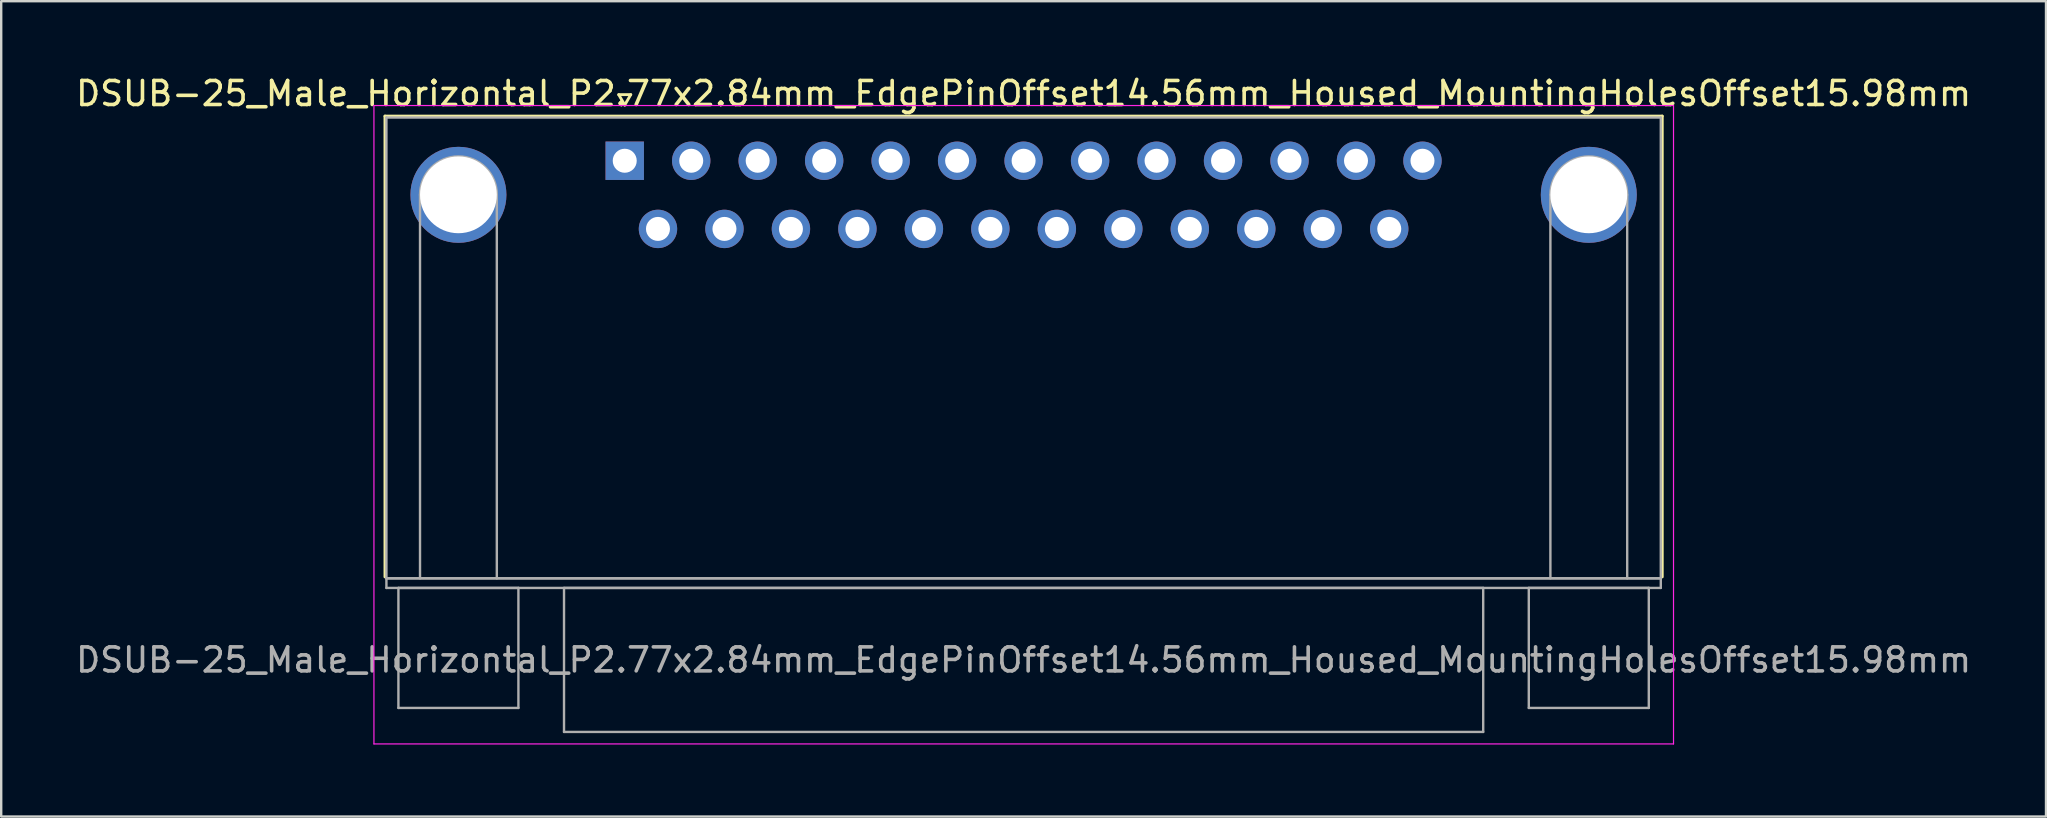
<source format=kicad_pcb>
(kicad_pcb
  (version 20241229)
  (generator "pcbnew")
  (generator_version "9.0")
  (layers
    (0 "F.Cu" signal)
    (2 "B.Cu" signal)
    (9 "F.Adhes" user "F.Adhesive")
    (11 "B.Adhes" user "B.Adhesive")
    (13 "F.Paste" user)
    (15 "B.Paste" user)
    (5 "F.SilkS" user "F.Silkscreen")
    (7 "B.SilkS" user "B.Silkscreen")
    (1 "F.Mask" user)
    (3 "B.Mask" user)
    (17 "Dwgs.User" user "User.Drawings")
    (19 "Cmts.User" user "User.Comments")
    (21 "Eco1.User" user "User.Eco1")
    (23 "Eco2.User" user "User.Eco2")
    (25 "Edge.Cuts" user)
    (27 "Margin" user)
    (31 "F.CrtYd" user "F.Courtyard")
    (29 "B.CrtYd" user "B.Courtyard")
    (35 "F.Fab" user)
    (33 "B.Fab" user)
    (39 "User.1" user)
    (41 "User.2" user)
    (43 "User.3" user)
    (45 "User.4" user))
  (footprint "DSUB-25_Male_Horizontal_P2.77x2.84mm_EdgePinOffset14.56mm_Housed_MountingHolesOffset15.98mm"
    (layer "F.Cu")
    (at 22.981 3.648)
    (property "Reference" "DSUB-25_Male_Horizontal_P2.77x2.84mm_EdgePinOffset14.56mm_Housed_MountingHolesOffset15.98mm" (at 16.62 -2.8 0) (layer "F.SilkS") (effects (font (size 1 1) (thickness 0.15))))
    (attr through_hole)
    (fp_line (start -9.99 -1.86) (end 43.23 -1.86) (stroke (width 0.12) (type solid)) (layer "F.SilkS"))
    (fp_line (start -9.99 17.34) (end -9.99 -1.86) (stroke (width 0.12) (type solid)) (layer "F.SilkS"))
    (fp_line (start -0.25 -2.754) (end 0.25 -2.754) (stroke (width 0.12) (type solid)) (layer "F.SilkS"))
    (fp_line (start 0 -2.321) (end -0.25 -2.754) (stroke (width 0.12) (type solid)) (layer "F.SilkS"))
    (fp_line (start 0.25 -2.754) (end 0 -2.321) (stroke (width 0.12) (type solid)) (layer "F.SilkS"))
    (fp_line (start 43.23 -1.86) (end 43.23 17.34) (stroke (width 0.12) (type solid)) (layer "F.SilkS"))
    (fp_line (start -10.45 -2.3) (end -10.45 24.3) (stroke (width 0.05) (type solid)) (layer "F.CrtYd"))
    (fp_line (start -10.45 24.3) (end 43.7 24.3) (stroke (width 0.05) (type solid)) (layer "F.CrtYd"))
    (fp_line (start 43.7 -2.3) (end -10.45 -2.3) (stroke (width 0.05) (type solid)) (layer "F.CrtYd"))
    (fp_line (start 43.7 24.3) (end 43.7 -2.3) (stroke (width 0.05) (type solid)) (layer "F.CrtYd"))
    (fp_line (start -9.93 -1.8) (end -9.93 17.4) (stroke (width 0.1) (type solid)) (layer "F.Fab"))
    (fp_line (start -9.93 17.4) (end -9.93 17.8) (stroke (width 0.1) (type solid)) (layer "F.Fab"))
    (fp_line (start -9.93 17.4) (end 43.17 17.4) (stroke (width 0.1) (type solid)) (layer "F.Fab"))
    (fp_line (start -9.93 17.8) (end 43.17 17.8) (stroke (width 0.1) (type solid)) (layer "F.Fab"))
    (fp_line (start -9.43 17.8) (end -9.43 22.8) (stroke (width 0.1) (type solid)) (layer "F.Fab"))
    (fp_line (start -9.43 22.8) (end -4.43 22.8) (stroke (width 0.1) (type solid)) (layer "F.Fab"))
    (fp_line (start -8.53 17.4) (end -8.53 1.42) (stroke (width 0.1) (type solid)) (layer "F.Fab"))
    (fp_line (start -5.33 17.4) (end -5.33 1.42) (stroke (width 0.1) (type solid)) (layer "F.Fab"))
    (fp_line (start -4.43 17.8) (end -9.43 17.8) (stroke (width 0.1) (type solid)) (layer "F.Fab"))
    (fp_line (start -4.43 22.8) (end -4.43 17.8) (stroke (width 0.1) (type solid)) (layer "F.Fab"))
    (fp_line (start -2.53 17.8) (end -2.53 23.8) (stroke (width 0.1) (type solid)) (layer "F.Fab"))
    (fp_line (start -2.53 23.8) (end 35.77 23.8) (stroke (width 0.1) (type solid)) (layer "F.Fab"))
    (fp_line (start 35.77 17.8) (end -2.53 17.8) (stroke (width 0.1) (type solid)) (layer "F.Fab"))
    (fp_line (start 35.77 23.8) (end 35.77 17.8) (stroke (width 0.1) (type solid)) (layer "F.Fab"))
    (fp_line (start 37.67 17.8) (end 37.67 22.8) (stroke (width 0.1) (type solid)) (layer "F.Fab"))
    (fp_line (start 37.67 22.8) (end 42.67 22.8) (stroke (width 0.1) (type solid)) (layer "F.Fab"))
    (fp_line (start 38.57 17.4) (end 38.57 1.42) (stroke (width 0.1) (type solid)) (layer "F.Fab"))
    (fp_line (start 41.77 17.4) (end 41.77 1.42) (stroke (width 0.1) (type solid)) (layer "F.Fab"))
    (fp_line (start 42.67 17.8) (end 37.67 17.8) (stroke (width 0.1) (type solid)) (layer "F.Fab"))
    (fp_line (start 42.67 22.8) (end 42.67 17.8) (stroke (width 0.1) (type solid)) (layer "F.Fab"))
    (fp_line (start 43.17 -1.8) (end -9.93 -1.8) (stroke (width 0.1) (type solid)) (layer "F.Fab"))
    (fp_line (start 43.17 17.4) (end -9.93 17.4) (stroke (width 0.1) (type solid)) (layer "F.Fab"))
    (fp_line (start 43.17 17.4) (end 43.17 -1.8) (stroke (width 0.1) (type solid)) (layer "F.Fab"))
    (fp_line (start 43.17 17.8) (end 43.17 17.4) (stroke (width 0.1) (type solid)) (layer "F.Fab"))
    (fp_arc (start -8.53 1.42) (mid -6.93 -0.18) (end -5.33 1.42) (stroke (width 0.1) (type solid)) (layer "F.Fab"))
    (fp_arc (start 38.57 1.42) (mid 40.17 -0.18) (end 41.77 1.42) (stroke (width 0.1) (type solid)) (layer "F.Fab"))
    (fp_text user "${REFERENCE}" (at 16.62 20.8 0) (layer "F.Fab") (effects (font (size 1 1) (thickness 0.15))))
    (pad "0" thru_hole circle (at -6.93 1.42) (size 4 4) (drill 3.2) (layers "*.Cu" "*.Mask"))
    (pad "0" thru_hole circle (at 40.17 1.42) (size 4 4) (drill 3.2) (layers "*.Cu" "*.Mask"))
    (pad "1" thru_hole rect (at 0 0) (size 1.6 1.6) (drill 1) (layers "*.Cu" "*.Mask"))
    (pad "2" thru_hole circle (at 2.77 0) (size 1.6 1.6) (drill 1) (layers "*.Cu" "*.Mask"))
    (pad "3" thru_hole circle (at 5.54 0) (size 1.6 1.6) (drill 1) (layers "*.Cu" "*.Mask"))
    (pad "4" thru_hole circle (at 8.31 0) (size 1.6 1.6) (drill 1) (layers "*.Cu" "*.Mask"))
    (pad "5" thru_hole circle (at 11.08 0) (size 1.6 1.6) (drill 1) (layers "*.Cu" "*.Mask"))
    (pad "6" thru_hole circle (at 13.85 0) (size 1.6 1.6) (drill 1) (layers "*.Cu" "*.Mask"))
    (pad "7" thru_hole circle (at 16.62 0) (size 1.6 1.6) (drill 1) (layers "*.Cu" "*.Mask"))
    (pad "8" thru_hole circle (at 19.39 0) (size 1.6 1.6) (drill 1) (layers "*.Cu" "*.Mask"))
    (pad "9" thru_hole circle (at 22.16 0) (size 1.6 1.6) (drill 1) (layers "*.Cu" "*.Mask"))
    (pad "10" thru_hole circle (at 24.93 0) (size 1.6 1.6) (drill 1) (layers "*.Cu" "*.Mask"))
    (pad "11" thru_hole circle (at 27.7 0) (size 1.6 1.6) (drill 1) (layers "*.Cu" "*.Mask"))
    (pad "12" thru_hole circle (at 30.47 0) (size 1.6 1.6) (drill 1) (layers "*.Cu" "*.Mask"))
    (pad "13" thru_hole circle (at 33.24 0) (size 1.6 1.6) (drill 1) (layers "*.Cu" "*.Mask"))
    (pad "14" thru_hole circle (at 1.385 2.84) (size 1.6 1.6) (drill 1) (layers "*.Cu" "*.Mask"))
    (pad "15" thru_hole circle (at 4.155 2.84) (size 1.6 1.6) (drill 1) (layers "*.Cu" "*.Mask"))
    (pad "16" thru_hole circle (at 6.925 2.84) (size 1.6 1.6) (drill 1) (layers "*.Cu" "*.Mask"))
    (pad "17" thru_hole circle (at 9.695 2.84) (size 1.6 1.6) (drill 1) (layers "*.Cu" "*.Mask"))
    (pad "18" thru_hole circle (at 12.465 2.84) (size 1.6 1.6) (drill 1) (layers "*.Cu" "*.Mask"))
    (pad "19" thru_hole circle (at 15.235 2.84) (size 1.6 1.6) (drill 1) (layers "*.Cu" "*.Mask"))
    (pad "20" thru_hole circle (at 18.005 2.84) (size 1.6 1.6) (drill 1) (layers "*.Cu" "*.Mask"))
    (pad "21" thru_hole circle (at 20.775 2.84) (size 1.6 1.6) (drill 1) (layers "*.Cu" "*.Mask"))
    (pad "22" thru_hole circle (at 23.545 2.84) (size 1.6 1.6) (drill 1) (layers "*.Cu" "*.Mask"))
    (pad "23" thru_hole circle (at 26.315 2.84) (size 1.6 1.6) (drill 1) (layers "*.Cu" "*.Mask"))
    (pad "24" thru_hole circle (at 29.085 2.84) (size 1.6 1.6) (drill 1) (layers "*.Cu" "*.Mask"))
    (pad "25" thru_hole circle (at 31.855 2.84) (size 1.6 1.6) (drill 1) (layers "*.Cu" "*.Mask")))
  (gr_rect
    (start -3 -3)
    (end 82.202 30.973)
    (stroke (width 0.1) (type default))
    (fill no)
    (layer "Edge.Cuts")))
</source>
